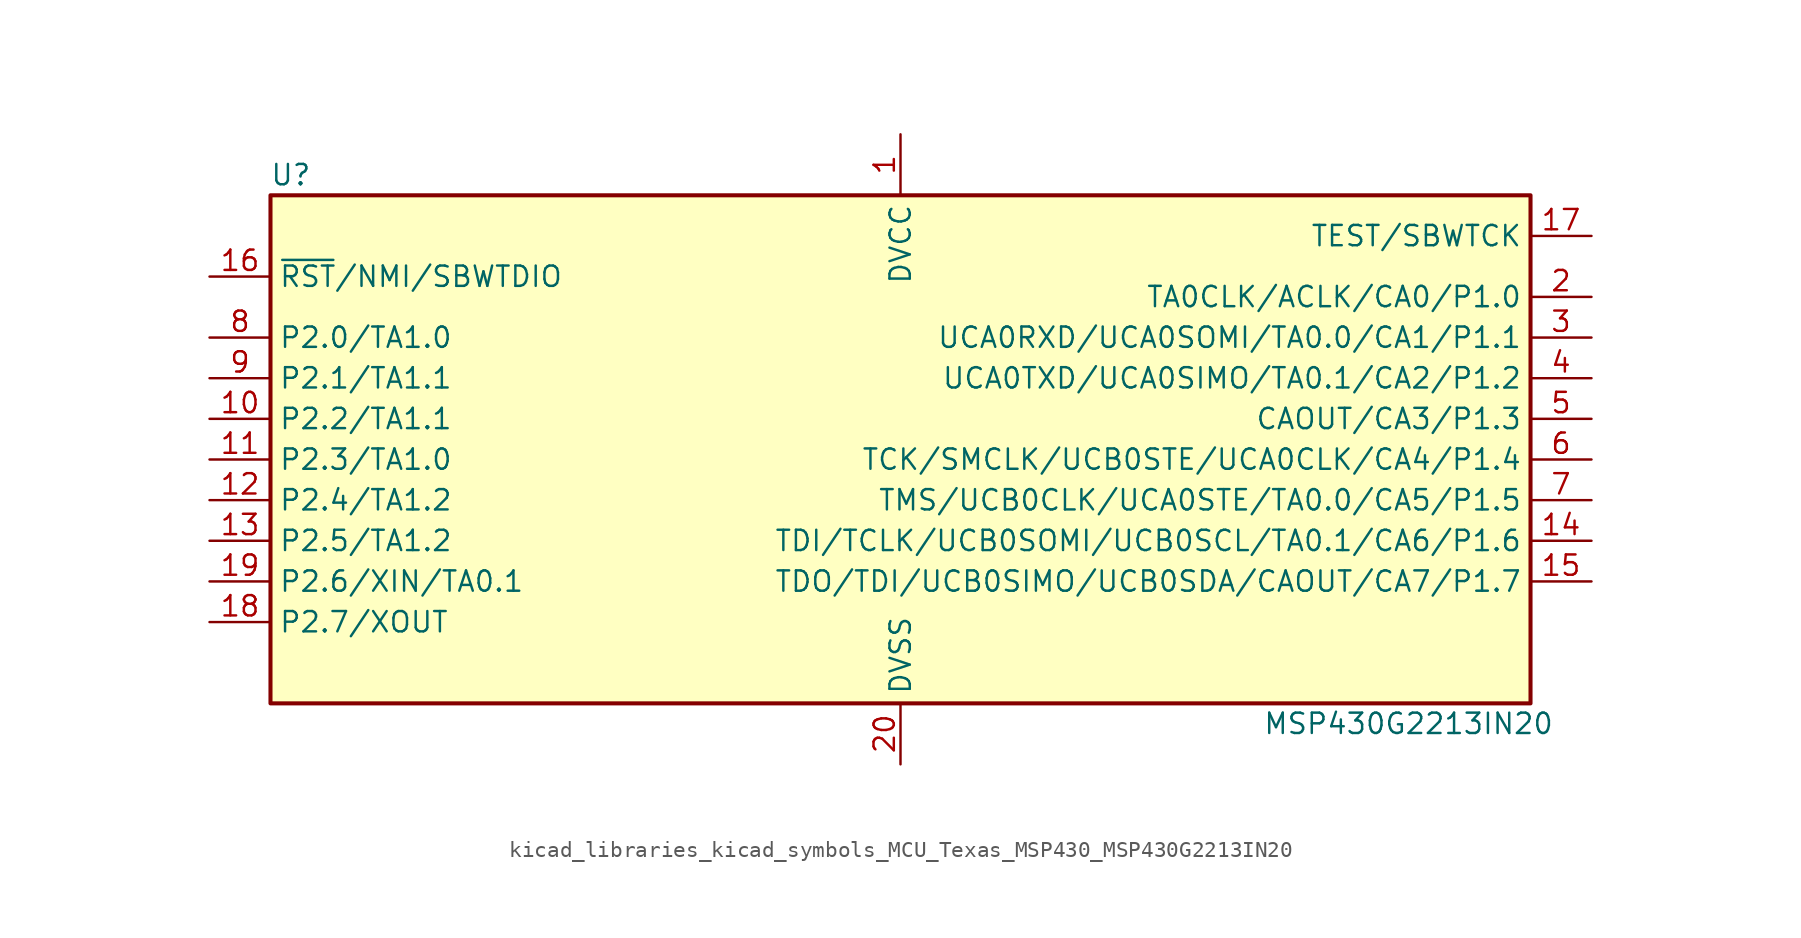
<source format=kicad_sym>
(kicad_symbol_lib
  (version 20220914)
  (generator kicad_symbol_editor)
  (symbol "kicad_libraries_kicad_symbols_MCU_Texas_MSP430_MSP430G2213IN20"
    (property "Reference" "U"
      (at -38.1 17.78 0)
      (effects (font (size 1.27 1.27))))
    (property "Value" "MSP430G2213IN20"
      (at 31.75 -16.51 0)
      (effects (font (size 1.27 1.27))))
    (symbol "kicad_libraries_kicad_symbols_MCU_Texas_MSP430_MSP430G2213IN20_0_1"
      (rectangle (start -39.37 16.51) (end 39.37 -15.24) (stroke (width 0.254) (type default)) (fill (type background))))
    (symbol "kicad_libraries_kicad_symbols_MCU_Texas_MSP430_MSP430G2213IN20_1_1"
      (pin power_in line (at 0 20.32 270) (length 3.81) (name "DVCC" (effects (font (size 1.27 1.27)))) (number "1" (effects (font (size 1.27 1.27)))))
      (pin bidirectional line (at -43.18 2.54 0) (length 3.81) (name "P2.2/TA1.1" (effects (font (size 1.27 1.27)))) (number "10" (effects (font (size 1.27 1.27)))))
      (pin bidirectional line (at -43.18 0 0) (length 3.81) (name "P2.3/TA1.0" (effects (font (size 1.27 1.27)))) (number "11" (effects (font (size 1.27 1.27)))))
      (pin bidirectional line (at -43.18 -2.54 0) (length 3.81) (name "P2.4/TA1.2" (effects (font (size 1.27 1.27)))) (number "12" (effects (font (size 1.27 1.27)))))
      (pin bidirectional line (at -43.18 -5.08 0) (length 3.81) (name "P2.5/TA1.2" (effects (font (size 1.27 1.27)))) (number "13" (effects (font (size 1.27 1.27)))))
      (pin bidirectional line (at 43.18 -5.08 180) (length 3.81) (name "TDI/TCLK/UCB0SOMI/UCB0SCL/TA0.1/CA6/P1.6" (effects (font (size 1.27 1.27)))) (number "14" (effects (font (size 1.27 1.27)))))
      (pin bidirectional line (at 43.18 -7.62 180) (length 3.81) (name "TDO/TDI/UCB0SIMO/UCB0SDA/CAOUT/CA7/P1.7" (effects (font (size 1.27 1.27)))) (number "15" (effects (font (size 1.27 1.27)))))
      (pin input line (at -43.18 11.43 0) (length 3.81) (name "~{RST}/NMI/SBWTDIO" (effects (font (size 1.27 1.27)))) (number "16" (effects (font (size 1.27 1.27)))))
      (pin input line (at 43.18 13.97 180) (length 3.81) (name "TEST/SBWTCK" (effects (font (size 1.27 1.27)))) (number "17" (effects (font (size 1.27 1.27)))))
      (pin bidirectional line (at -43.18 -10.16 0) (length 3.81) (name "P2.7/XOUT" (effects (font (size 1.27 1.27)))) (number "18" (effects (font (size 1.27 1.27)))))
      (pin bidirectional line (at -43.18 -7.62 0) (length 3.81) (name "P2.6/XIN/TA0.1" (effects (font (size 1.27 1.27)))) (number "19" (effects (font (size 1.27 1.27)))))
      (pin bidirectional line (at 43.18 10.16 180) (length 3.81) (name "TA0CLK/ACLK/CA0/P1.0" (effects (font (size 1.27 1.27)))) (number "2" (effects (font (size 1.27 1.27)))))
      (pin power_in line (at 0 -19.05 90) (length 3.81) (name "DVSS" (effects (font (size 1.27 1.27)))) (number "20" (effects (font (size 1.27 1.27)))))
      (pin bidirectional line (at 43.18 7.62 180) (length 3.81) (name "UCA0RXD/UCA0SOMI/TA0.0/CA1/P1.1" (effects (font (size 1.27 1.27)))) (number "3" (effects (font (size 1.27 1.27)))))
      (pin bidirectional line (at 43.18 5.08 180) (length 3.81) (name "UCA0TXD/UCA0SIMO/TA0.1/CA2/P1.2" (effects (font (size 1.27 1.27)))) (number "4" (effects (font (size 1.27 1.27)))))
      (pin bidirectional line (at 43.18 2.54 180) (length 3.81) (name "CAOUT/CA3/P1.3" (effects (font (size 1.27 1.27)))) (number "5" (effects (font (size 1.27 1.27)))))
      (pin bidirectional line (at 43.18 0 180) (length 3.81) (name "TCK/SMCLK/UCB0STE/UCA0CLK/CA4/P1.4" (effects (font (size 1.27 1.27)))) (number "6" (effects (font (size 1.27 1.27)))))
      (pin bidirectional line (at 43.18 -2.54 180) (length 3.81) (name "TMS/UCB0CLK/UCA0STE/TA0.0/CA5/P1.5" (effects (font (size 1.27 1.27)))) (number "7" (effects (font (size 1.27 1.27)))))
      (pin bidirectional line (at -43.18 7.62 0) (length 3.81) (name "P2.0/TA1.0" (effects (font (size 1.27 1.27)))) (number "8" (effects (font (size 1.27 1.27)))))
      (pin bidirectional line (at -43.18 5.08 0) (length 3.81) (name "P2.1/TA1.1" (effects (font (size 1.27 1.27)))) (number "9" (effects (font (size 1.27 1.27))))))))
</source>
